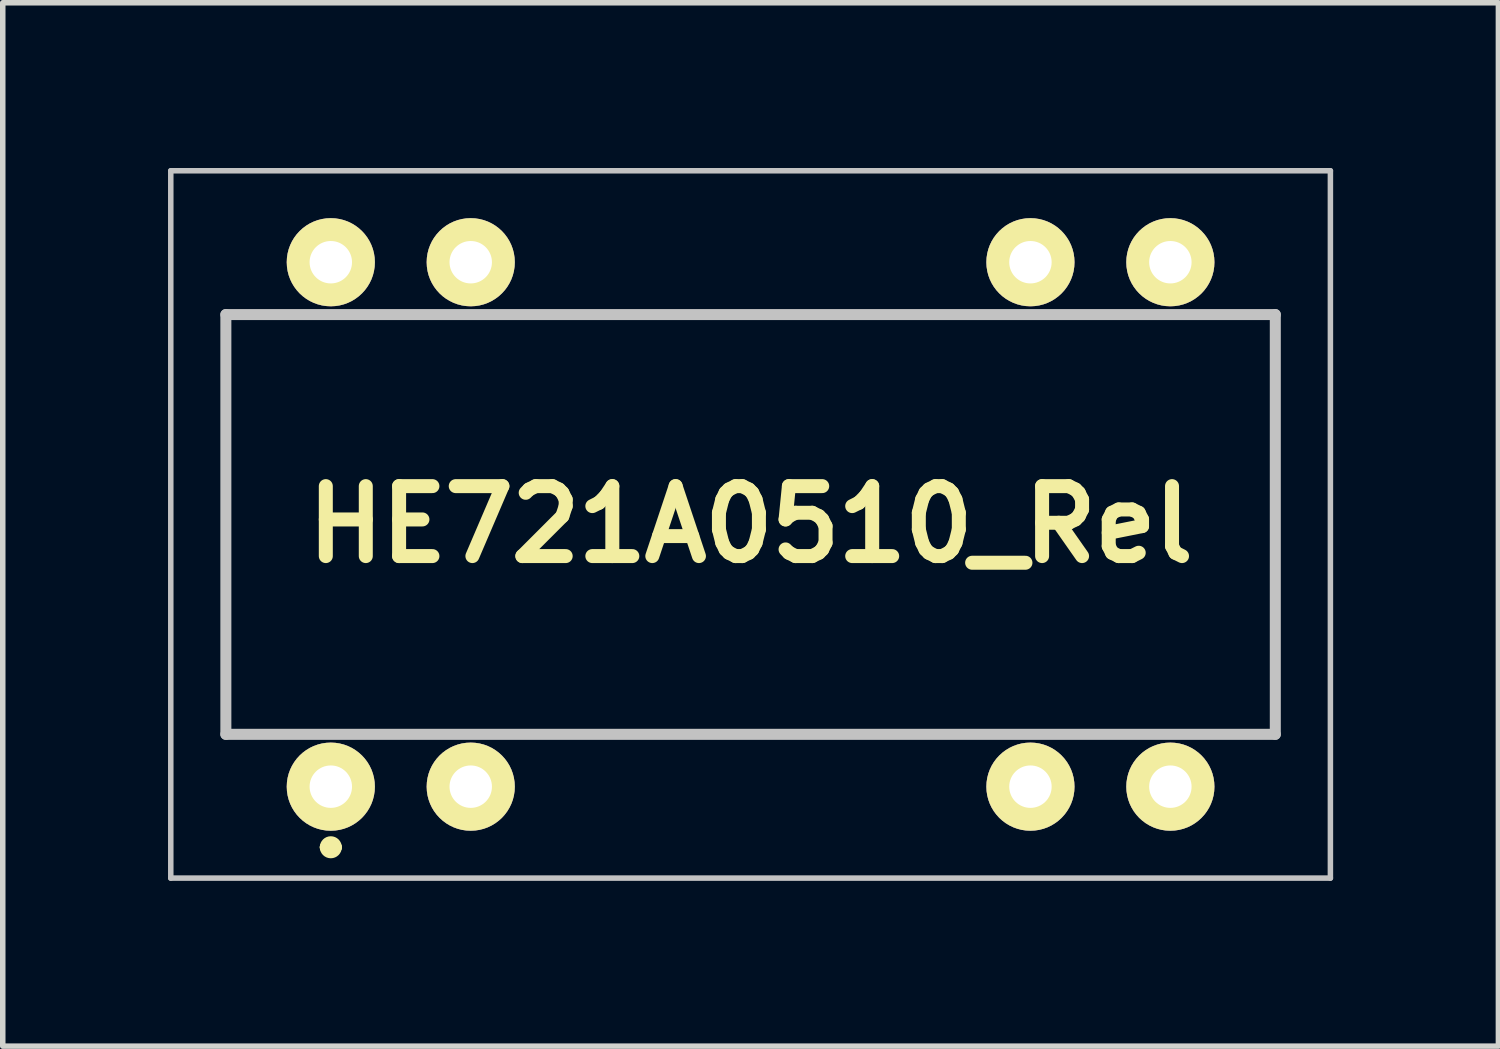
<source format=kicad_pcb>
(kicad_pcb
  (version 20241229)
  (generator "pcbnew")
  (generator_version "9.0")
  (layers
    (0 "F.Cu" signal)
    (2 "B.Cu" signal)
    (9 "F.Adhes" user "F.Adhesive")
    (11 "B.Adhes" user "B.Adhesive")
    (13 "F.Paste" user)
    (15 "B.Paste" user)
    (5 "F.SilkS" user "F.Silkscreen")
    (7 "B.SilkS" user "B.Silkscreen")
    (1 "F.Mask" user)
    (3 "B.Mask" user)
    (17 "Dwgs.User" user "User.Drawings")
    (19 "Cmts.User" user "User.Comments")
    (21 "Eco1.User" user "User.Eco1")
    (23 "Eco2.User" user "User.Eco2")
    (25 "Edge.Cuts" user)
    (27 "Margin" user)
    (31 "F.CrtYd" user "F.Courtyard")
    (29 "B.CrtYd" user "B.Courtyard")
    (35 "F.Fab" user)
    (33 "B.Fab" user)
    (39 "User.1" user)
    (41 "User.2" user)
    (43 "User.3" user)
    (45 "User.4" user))
  (footprint "HE721A0510_Rel"
    (layer "F.Cu")
    (at 2.955 11.23)
    (property "Reference" "HE721A0510_Rel" (at 7.62 -4.76 0) (layer "F.SilkS") (effects (font (size 1.27 1.27) (thickness 0.254))))
    (attr through_hole)
    (fp_line (start -1.905 -8.57) (end 17.145 -8.57) (stroke (width 0.1) (type solid)) (layer "F.SilkS"))
    (fp_line (start -1.905 -0.95) (end -1.905 -8.57) (stroke (width 0.1) (type solid)) (layer "F.SilkS"))
    (fp_line (start -0.1 1.1) (end -0.1 1.1) (stroke (width 0.2) (type solid)) (layer "F.SilkS"))
    (fp_line (start 0.1 1.1) (end 0.1 1.1) (stroke (width 0.2) (type solid)) (layer "F.SilkS"))
    (fp_line (start 17.145 -8.57) (end 17.145 -0.95) (stroke (width 0.1) (type solid)) (layer "F.SilkS"))
    (fp_line (start 17.145 -0.95) (end -1.905 -0.95) (stroke (width 0.1) (type solid)) (layer "F.SilkS"))
    (fp_arc (start -0.1 1.1) (mid 0 1) (end 0.1 1.1) (stroke (width 0.2) (type solid)) (layer "F.SilkS"))
    (fp_arc (start 0.1 1.1) (mid 0 1.2) (end -0.1 1.1) (stroke (width 0.2) (type solid)) (layer "F.SilkS"))
    (fp_line (start -2.905 -11.18) (end 18.145 -11.18) (stroke (width 0.1) (type solid)) (layer "Dwgs.User"))
    (fp_line (start -2.905 1.66) (end -2.905 -11.18) (stroke (width 0.1) (type solid)) (layer "Dwgs.User"))
    (fp_line (start -1.905 -8.57) (end 17.145 -8.57) (stroke (width 0.2) (type solid)) (layer "Dwgs.User"))
    (fp_line (start -1.905 -0.95) (end -1.905 -8.57) (stroke (width 0.2) (type solid)) (layer "Dwgs.User"))
    (fp_line (start 17.145 -8.57) (end 17.145 -0.95) (stroke (width 0.2) (type solid)) (layer "Dwgs.User"))
    (fp_line (start 17.145 -0.95) (end -1.905 -0.95) (stroke (width 0.2) (type solid)) (layer "Dwgs.User"))
    (fp_line (start 18.145 -11.18) (end 18.145 1.66) (stroke (width 0.1) (type solid)) (layer "Dwgs.User"))
    (fp_line (start 18.145 1.66) (end -2.905 1.66) (stroke (width 0.1) (type solid)) (layer "Dwgs.User"))
    (pad "1" thru_hole circle (at 0 0 90) (size 1.6 1.6) (drill 0.77) (layers "*.Cu" "*.Mask" "F.SilkS"))
    (pad "2" thru_hole circle (at 2.54 0 90) (size 1.6 1.6) (drill 0.77) (layers "*.Cu" "*.Mask" "F.SilkS"))
    (pad "6" thru_hole circle (at 12.7 0 90) (size 1.6 1.6) (drill 0.77) (layers "*.Cu" "*.Mask" "F.SilkS"))
    (pad "7" thru_hole circle (at 15.24 0 90) (size 1.6 1.6) (drill 0.77) (layers "*.Cu" "*.Mask" "F.SilkS"))
    (pad "8" thru_hole circle (at 15.24 -9.52 90) (size 1.6 1.6) (drill 0.77) (layers "*.Cu" "*.Mask" "F.SilkS"))
    (pad "9" thru_hole circle (at 12.7 -9.52 90) (size 1.6 1.6) (drill 0.77) (layers "*.Cu" "*.Mask" "F.SilkS"))
    (pad "13" thru_hole circle (at 2.54 -9.52 90) (size 1.6 1.6) (drill 0.77) (layers "*.Cu" "*.Mask" "F.SilkS"))
    (pad "14" thru_hole circle (at 0 -9.52 90) (size 1.6 1.6) (drill 0.77) (layers "*.Cu" "*.Mask" "F.SilkS")))
  (gr_rect
    (start -3 -3)
    (end 24.15 15.94)
    (stroke (width 0.1) (type default))
    (fill no)
    (layer "Edge.Cuts")))
</source>
